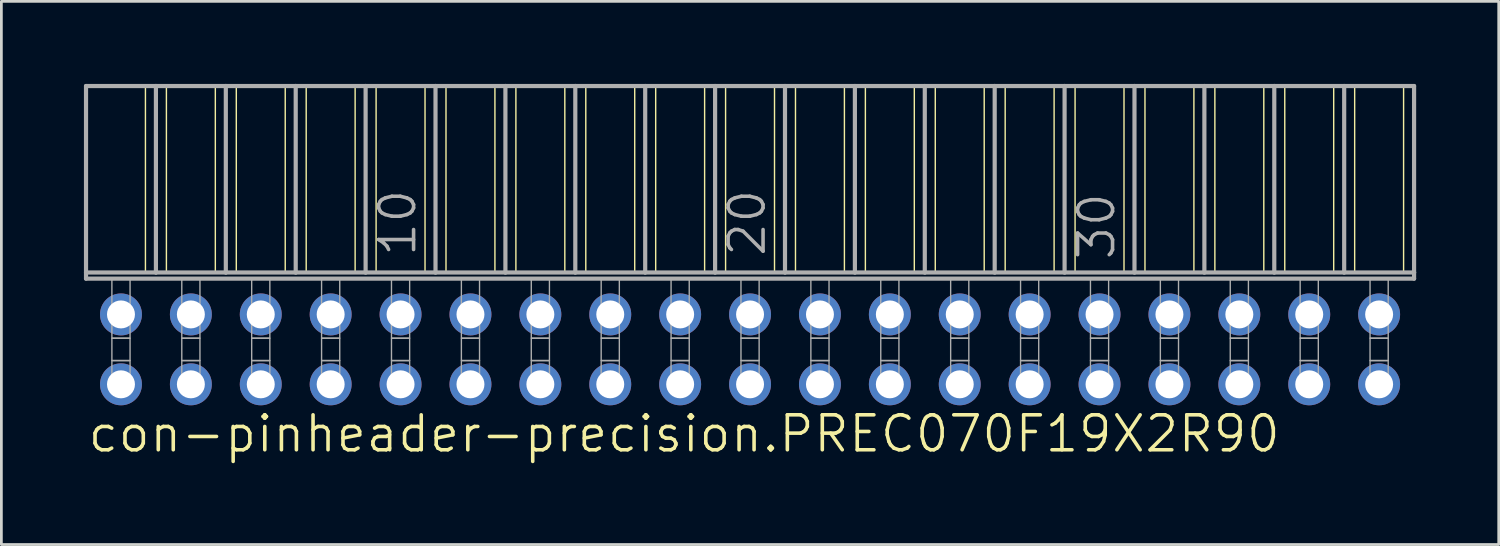
<source format=kicad_pcb>
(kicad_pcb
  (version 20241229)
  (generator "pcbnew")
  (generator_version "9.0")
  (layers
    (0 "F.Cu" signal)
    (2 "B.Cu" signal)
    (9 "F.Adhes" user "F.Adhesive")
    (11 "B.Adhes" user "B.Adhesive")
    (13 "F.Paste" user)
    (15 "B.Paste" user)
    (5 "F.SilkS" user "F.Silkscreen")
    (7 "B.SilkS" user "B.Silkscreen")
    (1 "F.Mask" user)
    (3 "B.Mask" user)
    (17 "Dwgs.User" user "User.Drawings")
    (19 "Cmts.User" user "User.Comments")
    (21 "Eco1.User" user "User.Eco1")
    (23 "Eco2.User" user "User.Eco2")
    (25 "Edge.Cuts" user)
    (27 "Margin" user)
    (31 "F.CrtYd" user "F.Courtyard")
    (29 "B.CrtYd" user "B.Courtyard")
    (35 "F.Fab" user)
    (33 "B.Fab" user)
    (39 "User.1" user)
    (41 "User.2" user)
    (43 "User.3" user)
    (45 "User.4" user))
  (footprint "con-pinheader-precision.PREC070F19X2R90"
    (layer "F.Cu")
    (at 24.206 9.646)
    (property "Reference" "con-pinheader-precision.PREC070F19X2R90" (at -24.13 3.81 0) (layer "F.SilkS") (effects (font (size 1.27 1.27) (thickness 0.13)) (justify left bottom)))
    (attr through_hole)
    (fp_line (start -21.971 -9.57) (end -21.971 -2.794) (stroke (width 0.051) (type default)) (layer "F.SilkS"))
    (fp_line (start -21.209 -9.57) (end -21.209 -2.794) (stroke (width 0.051) (type default)) (layer "F.SilkS"))
    (fp_line (start -19.431 -9.57) (end -19.431 -2.794) (stroke (width 0.051) (type default)) (layer "F.SilkS"))
    (fp_line (start -18.669 -9.57) (end -18.669 -2.794) (stroke (width 0.051) (type default)) (layer "F.SilkS"))
    (fp_line (start -16.891 -9.57) (end -16.891 -2.794) (stroke (width 0.051) (type default)) (layer "F.SilkS"))
    (fp_line (start -16.129 -9.57) (end -16.129 -2.794) (stroke (width 0.051) (type default)) (layer "F.SilkS"))
    (fp_line (start -14.351 -9.57) (end -14.351 -2.794) (stroke (width 0.051) (type default)) (layer "F.SilkS"))
    (fp_line (start -13.589 -9.57) (end -13.589 -2.794) (stroke (width 0.051) (type default)) (layer "F.SilkS"))
    (fp_line (start -11.811 -9.57) (end -11.811 -2.794) (stroke (width 0.051) (type default)) (layer "F.SilkS"))
    (fp_line (start -11.049 -9.57) (end -11.049 -2.794) (stroke (width 0.051) (type default)) (layer "F.SilkS"))
    (fp_line (start -9.271 -9.57) (end -9.271 -2.794) (stroke (width 0.051) (type default)) (layer "F.SilkS"))
    (fp_line (start -8.509 -9.57) (end -8.509 -2.794) (stroke (width 0.051) (type default)) (layer "F.SilkS"))
    (fp_line (start -6.731 -9.57) (end -6.731 -2.794) (stroke (width 0.051) (type default)) (layer "F.SilkS"))
    (fp_line (start -5.969 -9.57) (end -5.969 -2.794) (stroke (width 0.051) (type default)) (layer "F.SilkS"))
    (fp_line (start -4.191 -9.57) (end -4.191 -2.794) (stroke (width 0.051) (type default)) (layer "F.SilkS"))
    (fp_line (start -3.429 -9.57) (end -3.429 -2.794) (stroke (width 0.051) (type default)) (layer "F.SilkS"))
    (fp_line (start -1.651 -9.57) (end -1.651 -2.794) (stroke (width 0.051) (type default)) (layer "F.SilkS"))
    (fp_line (start -0.889 -9.57) (end -0.889 -2.794) (stroke (width 0.051) (type default)) (layer "F.SilkS"))
    (fp_line (start 0.889 -9.57) (end 0.889 -2.794) (stroke (width 0.051) (type default)) (layer "F.SilkS"))
    (fp_line (start 1.651 -9.57) (end 1.651 -2.794) (stroke (width 0.051) (type default)) (layer "F.SilkS"))
    (fp_line (start 3.429 -9.57) (end 3.429 -2.794) (stroke (width 0.051) (type default)) (layer "F.SilkS"))
    (fp_line (start 4.191 -9.57) (end 4.191 -2.794) (stroke (width 0.051) (type default)) (layer "F.SilkS"))
    (fp_line (start 5.969 -9.57) (end 5.969 -2.794) (stroke (width 0.051) (type default)) (layer "F.SilkS"))
    (fp_line (start 6.731 -9.57) (end 6.731 -2.794) (stroke (width 0.051) (type default)) (layer "F.SilkS"))
    (fp_line (start 8.509 -9.57) (end 8.509 -2.794) (stroke (width 0.051) (type default)) (layer "F.SilkS"))
    (fp_line (start 9.271 -9.57) (end 9.271 -2.794) (stroke (width 0.051) (type default)) (layer "F.SilkS"))
    (fp_line (start 11.049 -9.57) (end 11.049 -2.794) (stroke (width 0.051) (type default)) (layer "F.SilkS"))
    (fp_line (start 11.811 -9.57) (end 11.811 -2.794) (stroke (width 0.051) (type default)) (layer "F.SilkS"))
    (fp_line (start 13.589 -9.57) (end 13.589 -2.794) (stroke (width 0.051) (type default)) (layer "F.SilkS"))
    (fp_line (start 14.351 -9.57) (end 14.351 -2.794) (stroke (width 0.051) (type default)) (layer "F.SilkS"))
    (fp_line (start 16.129 -9.57) (end 16.129 -2.794) (stroke (width 0.051) (type default)) (layer "F.SilkS"))
    (fp_line (start 16.891 -9.57) (end 16.891 -2.794) (stroke (width 0.051) (type default)) (layer "F.SilkS"))
    (fp_line (start 18.669 -9.57) (end 18.669 -2.794) (stroke (width 0.051) (type default)) (layer "F.SilkS"))
    (fp_line (start 19.431 -9.57) (end 19.431 -2.794) (stroke (width 0.051) (type default)) (layer "F.SilkS"))
    (fp_line (start 21.209 -9.57) (end 21.209 -2.794) (stroke (width 0.051) (type default)) (layer "F.SilkS"))
    (fp_line (start 21.971 -9.57) (end 21.971 -2.794) (stroke (width 0.051) (type default)) (layer "F.SilkS"))
    (fp_line (start 23.749 -9.57) (end 23.749 -2.794) (stroke (width 0.051) (type default)) (layer "F.SilkS"))
    (fp_line (start -24.13 -9.57) (end -21.59 -9.57) (stroke (width 0.152) (type default)) (layer "F.Fab"))
    (fp_line (start -24.13 -2.794) (end -24.13 -9.57) (stroke (width 0.152) (type default)) (layer "F.Fab"))
    (fp_line (start -24.13 -2.57) (end -24.13 -2.794) (stroke (width 0.152) (type default)) (layer "F.Fab"))
    (fp_line (start -24.13 -2.57) (end 24.13 -2.57) (stroke (width 0.152) (type default)) (layer "F.Fab"))
    (fp_line (start -21.59 -9.57) (end -19.05 -9.57) (stroke (width 0.152) (type default)) (layer "F.Fab"))
    (fp_line (start -21.59 -2.794) (end -24.13 -2.794) (stroke (width 0.152) (type default)) (layer "F.Fab"))
    (fp_line (start -21.59 -2.794) (end -21.59 -9.57) (stroke (width 0.152) (type default)) (layer "F.Fab"))
    (fp_line (start -21.59 -2.794) (end -19.05 -2.794) (stroke (width 0.152) (type default)) (layer "F.Fab"))
    (fp_line (start -19.05 -9.57) (end -16.51 -9.57) (stroke (width 0.152) (type default)) (layer "F.Fab"))
    (fp_line (start -19.05 -2.794) (end -19.05 -9.57) (stroke (width 0.152) (type default)) (layer "F.Fab"))
    (fp_line (start -16.51 -9.57) (end -13.97 -9.57) (stroke (width 0.152) (type default)) (layer "F.Fab"))
    (fp_line (start -16.51 -2.794) (end -19.05 -2.794) (stroke (width 0.152) (type default)) (layer "F.Fab"))
    (fp_line (start -16.51 -2.794) (end -16.51 -9.57) (stroke (width 0.152) (type default)) (layer "F.Fab"))
    (fp_line (start -13.97 -9.57) (end -11.43 -9.57) (stroke (width 0.152) (type default)) (layer "F.Fab"))
    (fp_line (start -13.97 -2.794) (end -16.51 -2.794) (stroke (width 0.152) (type default)) (layer "F.Fab"))
    (fp_line (start -13.97 -2.794) (end -13.97 -9.57) (stroke (width 0.152) (type default)) (layer "F.Fab"))
    (fp_line (start -11.43 -9.57) (end -8.89 -9.57) (stroke (width 0.152) (type default)) (layer "F.Fab"))
    (fp_line (start -11.43 -2.794) (end -13.97 -2.794) (stroke (width 0.152) (type default)) (layer "F.Fab"))
    (fp_line (start -11.43 -2.794) (end -11.43 -9.57) (stroke (width 0.152) (type default)) (layer "F.Fab"))
    (fp_line (start -8.89 -9.57) (end -6.35 -9.57) (stroke (width 0.152) (type default)) (layer "F.Fab"))
    (fp_line (start -8.89 -2.794) (end -11.43 -2.794) (stroke (width 0.152) (type default)) (layer "F.Fab"))
    (fp_line (start -8.89 -2.794) (end -8.89 -9.57) (stroke (width 0.152) (type default)) (layer "F.Fab"))
    (fp_line (start -8.89 -2.794) (end -6.35 -2.794) (stroke (width 0.152) (type default)) (layer "F.Fab"))
    (fp_line (start -6.35 -9.57) (end -3.81 -9.57) (stroke (width 0.152) (type default)) (layer "F.Fab"))
    (fp_line (start -6.35 -2.794) (end -6.35 -9.57) (stroke (width 0.152) (type default)) (layer "F.Fab"))
    (fp_line (start -3.81 -9.57) (end -1.27 -9.57) (stroke (width 0.152) (type default)) (layer "F.Fab"))
    (fp_line (start -3.81 -2.794) (end -6.35 -2.794) (stroke (width 0.152) (type default)) (layer "F.Fab"))
    (fp_line (start -3.81 -2.794) (end -3.81 -9.57) (stroke (width 0.152) (type default)) (layer "F.Fab"))
    (fp_line (start -1.27 -9.57) (end 1.27 -9.57) (stroke (width 0.152) (type default)) (layer "F.Fab"))
    (fp_line (start -1.27 -2.794) (end -3.81 -2.794) (stroke (width 0.152) (type default)) (layer "F.Fab"))
    (fp_line (start -1.27 -2.794) (end -1.27 -9.57) (stroke (width 0.152) (type default)) (layer "F.Fab"))
    (fp_line (start 1.27 -9.57) (end 3.81 -9.57) (stroke (width 0.152) (type default)) (layer "F.Fab"))
    (fp_line (start 1.27 -2.794) (end -1.27 -2.794) (stroke (width 0.152) (type default)) (layer "F.Fab"))
    (fp_line (start 1.27 -2.794) (end 1.27 -9.57) (stroke (width 0.152) (type default)) (layer "F.Fab"))
    (fp_line (start 3.81 -9.57) (end 6.35 -9.57) (stroke (width 0.152) (type default)) (layer "F.Fab"))
    (fp_line (start 3.81 -2.794) (end 1.27 -2.794) (stroke (width 0.152) (type default)) (layer "F.Fab"))
    (fp_line (start 3.81 -2.794) (end 3.81 -9.57) (stroke (width 0.152) (type default)) (layer "F.Fab"))
    (fp_line (start 3.81 -2.794) (end 6.35 -2.794) (stroke (width 0.152) (type default)) (layer "F.Fab"))
    (fp_line (start 6.35 -9.57) (end 8.89 -9.57) (stroke (width 0.152) (type default)) (layer "F.Fab"))
    (fp_line (start 6.35 -2.794) (end 6.35 -9.57) (stroke (width 0.152) (type default)) (layer "F.Fab"))
    (fp_line (start 8.89 -9.57) (end 11.43 -9.57) (stroke (width 0.152) (type default)) (layer "F.Fab"))
    (fp_line (start 8.89 -2.794) (end 6.35 -2.794) (stroke (width 0.152) (type default)) (layer "F.Fab"))
    (fp_line (start 8.89 -2.794) (end 8.89 -9.57) (stroke (width 0.152) (type default)) (layer "F.Fab"))
    (fp_line (start 11.43 -9.57) (end 13.97 -9.57) (stroke (width 0.152) (type default)) (layer "F.Fab"))
    (fp_line (start 11.43 -2.794) (end 8.89 -2.794) (stroke (width 0.152) (type default)) (layer "F.Fab"))
    (fp_line (start 11.43 -2.794) (end 11.43 -9.57) (stroke (width 0.152) (type default)) (layer "F.Fab"))
    (fp_line (start 13.97 -9.57) (end 16.51 -9.57) (stroke (width 0.152) (type default)) (layer "F.Fab"))
    (fp_line (start 13.97 -2.794) (end 11.43 -2.794) (stroke (width 0.152) (type default)) (layer "F.Fab"))
    (fp_line (start 13.97 -2.794) (end 13.97 -9.57) (stroke (width 0.152) (type default)) (layer "F.Fab"))
    (fp_line (start 16.51 -9.57) (end 19.05 -9.57) (stroke (width 0.152) (type default)) (layer "F.Fab"))
    (fp_line (start 16.51 -2.794) (end 13.97 -2.794) (stroke (width 0.152) (type default)) (layer "F.Fab"))
    (fp_line (start 16.51 -2.794) (end 16.51 -9.57) (stroke (width 0.152) (type default)) (layer "F.Fab"))
    (fp_line (start 16.51 -2.794) (end 19.05 -2.794) (stroke (width 0.152) (type default)) (layer "F.Fab"))
    (fp_line (start 19.05 -9.57) (end 21.59 -9.57) (stroke (width 0.152) (type default)) (layer "F.Fab"))
    (fp_line (start 19.05 -2.794) (end 19.05 -9.57) (stroke (width 0.152) (type default)) (layer "F.Fab"))
    (fp_line (start 21.59 -9.57) (end 24.13 -9.57) (stroke (width 0.152) (type default)) (layer "F.Fab"))
    (fp_line (start 21.59 -2.794) (end 19.05 -2.794) (stroke (width 0.152) (type default)) (layer "F.Fab"))
    (fp_line (start 21.59 -2.794) (end 21.59 -9.57) (stroke (width 0.152) (type default)) (layer "F.Fab"))
    (fp_line (start 24.13 -2.794) (end 21.59 -2.794) (stroke (width 0.152) (type default)) (layer "F.Fab"))
    (fp_line (start 24.13 -2.794) (end 24.13 -9.57) (stroke (width 0.152) (type default)) (layer "F.Fab"))
    (fp_line (start 24.13 -2.57) (end 24.13 -2.794) (stroke (width 0.152) (type default)) (layer "F.Fab"))
    (fp_rect (start -23.19 -0.406) (end -22.53 -2.57) (stroke (width 0.05) (type default)) (fill no) (layer "F.Fab"))
    (fp_rect (start -23.19 0.406) (end -22.53 -0.406) (stroke (width 0.05) (type default)) (fill no) (layer "F.Fab"))
    (fp_rect (start -23.19 1.575) (end -22.53 0.406) (stroke (width 0.05) (type default)) (fill no) (layer "F.Fab"))
    (fp_rect (start -20.65 -0.406) (end -19.99 -2.57) (stroke (width 0.05) (type default)) (fill no) (layer "F.Fab"))
    (fp_rect (start -20.65 0.406) (end -19.99 -0.406) (stroke (width 0.05) (type default)) (fill no) (layer "F.Fab"))
    (fp_rect (start -20.65 1.575) (end -19.99 0.406) (stroke (width 0.05) (type default)) (fill no) (layer "F.Fab"))
    (fp_rect (start -18.11 -0.406) (end -17.45 -2.57) (stroke (width 0.05) (type default)) (fill no) (layer "F.Fab"))
    (fp_rect (start -18.11 0.406) (end -17.45 -0.406) (stroke (width 0.05) (type default)) (fill no) (layer "F.Fab"))
    (fp_rect (start -18.11 1.575) (end -17.45 0.406) (stroke (width 0.05) (type default)) (fill no) (layer "F.Fab"))
    (fp_rect (start -15.57 -0.406) (end -14.91 -2.57) (stroke (width 0.05) (type default)) (fill no) (layer "F.Fab"))
    (fp_rect (start -15.57 0.406) (end -14.91 -0.406) (stroke (width 0.05) (type default)) (fill no) (layer "F.Fab"))
    (fp_rect (start -15.57 1.575) (end -14.91 0.406) (stroke (width 0.05) (type default)) (fill no) (layer "F.Fab"))
    (fp_rect (start -13.03 -0.406) (end -12.37 -2.57) (stroke (width 0.05) (type default)) (fill no) (layer "F.Fab"))
    (fp_rect (start -13.03 0.406) (end -12.37 -0.406) (stroke (width 0.05) (type default)) (fill no) (layer "F.Fab"))
    (fp_rect (start -13.03 1.575) (end -12.37 0.406) (stroke (width 0.05) (type default)) (fill no) (layer "F.Fab"))
    (fp_rect (start -10.49 -0.406) (end -9.83 -2.57) (stroke (width 0.05) (type default)) (fill no) (layer "F.Fab"))
    (fp_rect (start -10.49 0.406) (end -9.83 -0.406) (stroke (width 0.05) (type default)) (fill no) (layer "F.Fab"))
    (fp_rect (start -10.49 1.575) (end -9.83 0.406) (stroke (width 0.05) (type default)) (fill no) (layer "F.Fab"))
    (fp_rect (start -7.95 -0.406) (end -7.29 -2.57) (stroke (width 0.05) (type default)) (fill no) (layer "F.Fab"))
    (fp_rect (start -7.95 0.406) (end -7.29 -0.406) (stroke (width 0.05) (type default)) (fill no) (layer "F.Fab"))
    (fp_rect (start -7.95 1.575) (end -7.29 0.406) (stroke (width 0.05) (type default)) (fill no) (layer "F.Fab"))
    (fp_rect (start -5.41 -0.406) (end -4.75 -2.57) (stroke (width 0.05) (type default)) (fill no) (layer "F.Fab"))
    (fp_rect (start -5.41 0.406) (end -4.75 -0.406) (stroke (width 0.05) (type default)) (fill no) (layer "F.Fab"))
    (fp_rect (start -5.41 1.575) (end -4.75 0.406) (stroke (width 0.05) (type default)) (fill no) (layer "F.Fab"))
    (fp_rect (start -2.87 -0.406) (end -2.21 -2.57) (stroke (width 0.05) (type default)) (fill no) (layer "F.Fab"))
    (fp_rect (start -2.87 0.406) (end -2.21 -0.406) (stroke (width 0.05) (type default)) (fill no) (layer "F.Fab"))
    (fp_rect (start -2.87 1.575) (end -2.21 0.406) (stroke (width 0.05) (type default)) (fill no) (layer "F.Fab"))
    (fp_rect (start -0.33 -0.406) (end 0.33 -2.57) (stroke (width 0.05) (type default)) (fill no) (layer "F.Fab"))
    (fp_rect (start -0.33 0.406) (end 0.33 -0.406) (stroke (width 0.05) (type default)) (fill no) (layer "F.Fab"))
    (fp_rect (start -0.33 1.575) (end 0.33 0.406) (stroke (width 0.05) (type default)) (fill no) (layer "F.Fab"))
    (fp_rect (start 2.21 -0.406) (end 2.87 -2.57) (stroke (width 0.05) (type default)) (fill no) (layer "F.Fab"))
    (fp_rect (start 2.21 0.406) (end 2.87 -0.406) (stroke (width 0.05) (type default)) (fill no) (layer "F.Fab"))
    (fp_rect (start 2.21 1.575) (end 2.87 0.406) (stroke (width 0.05) (type default)) (fill no) (layer "F.Fab"))
    (fp_rect (start 4.75 -0.406) (end 5.41 -2.57) (stroke (width 0.05) (type default)) (fill no) (layer "F.Fab"))
    (fp_rect (start 4.75 0.406) (end 5.41 -0.406) (stroke (width 0.05) (type default)) (fill no) (layer "F.Fab"))
    (fp_rect (start 4.75 1.575) (end 5.41 0.406) (stroke (width 0.05) (type default)) (fill no) (layer "F.Fab"))
    (fp_rect (start 7.29 -0.406) (end 7.95 -2.57) (stroke (width 0.05) (type default)) (fill no) (layer "F.Fab"))
    (fp_rect (start 7.29 0.406) (end 7.95 -0.406) (stroke (width 0.05) (type default)) (fill no) (layer "F.Fab"))
    (fp_rect (start 7.29 1.575) (end 7.95 0.406) (stroke (width 0.05) (type default)) (fill no) (layer "F.Fab"))
    (fp_rect (start 9.83 -0.406) (end 10.49 -2.57) (stroke (width 0.05) (type default)) (fill no) (layer "F.Fab"))
    (fp_rect (start 9.83 0.406) (end 10.49 -0.406) (stroke (width 0.05) (type default)) (fill no) (layer "F.Fab"))
    (fp_rect (start 9.83 1.575) (end 10.49 0.406) (stroke (width 0.05) (type default)) (fill no) (layer "F.Fab"))
    (fp_rect (start 12.37 -0.406) (end 13.03 -2.57) (stroke (width 0.05) (type default)) (fill no) (layer "F.Fab"))
    (fp_rect (start 12.37 0.406) (end 13.03 -0.406) (stroke (width 0.05) (type default)) (fill no) (layer "F.Fab"))
    (fp_rect (start 12.37 1.575) (end 13.03 0.406) (stroke (width 0.05) (type default)) (fill no) (layer "F.Fab"))
    (fp_rect (start 14.91 -0.406) (end 15.57 -2.57) (stroke (width 0.05) (type default)) (fill no) (layer "F.Fab"))
    (fp_rect (start 14.91 0.406) (end 15.57 -0.406) (stroke (width 0.05) (type default)) (fill no) (layer "F.Fab"))
    (fp_rect (start 14.91 1.575) (end 15.57 0.406) (stroke (width 0.05) (type default)) (fill no) (layer "F.Fab"))
    (fp_rect (start 17.45 -0.406) (end 18.11 -2.57) (stroke (width 0.05) (type default)) (fill no) (layer "F.Fab"))
    (fp_rect (start 17.45 0.406) (end 18.11 -0.406) (stroke (width 0.05) (type default)) (fill no) (layer "F.Fab"))
    (fp_rect (start 17.45 1.575) (end 18.11 0.406) (stroke (width 0.05) (type default)) (fill no) (layer "F.Fab"))
    (fp_rect (start 19.99 -0.406) (end 20.65 -2.57) (stroke (width 0.05) (type default)) (fill no) (layer "F.Fab"))
    (fp_rect (start 19.99 0.406) (end 20.65 -0.406) (stroke (width 0.05) (type default)) (fill no) (layer "F.Fab"))
    (fp_rect (start 19.99 1.575) (end 20.65 0.406) (stroke (width 0.05) (type default)) (fill no) (layer "F.Fab"))
    (fp_rect (start 22.53 -0.406) (end 23.19 -2.57) (stroke (width 0.05) (type default)) (fill no) (layer "F.Fab"))
    (fp_rect (start 22.53 0.406) (end 23.19 -0.406) (stroke (width 0.05) (type default)) (fill no) (layer "F.Fab"))
    (fp_rect (start 22.53 1.575) (end 23.19 0.406) (stroke (width 0.05) (type default)) (fill no) (layer "F.Fab"))
    (fp_text user "10" (at -12.065 -3.302 90) (layer "F.Fab") (effects (font (size 1.27 1.27) (thickness 0.13)) (justify left bottom)))
    (fp_text user "20" (at 0.635 -3.302 90) (layer "F.Fab") (effects (font (size 1.27 1.27) (thickness 0.13)) (justify left bottom)))
    (fp_text user "30" (at 13.335 -3.175 90) (layer "F.Fab") (effects (font (size 1.27 1.27) (thickness 0.13)) (justify left bottom)))
    (pad "1" thru_hole circle (at -22.86 -1.27 180) (size 1.524 1.524) (drill 1.016) (layers "*.Cu" "*.Mask"))
    (pad "2" thru_hole circle (at -22.86 1.27 180) (size 1.524 1.524) (drill 1.016) (layers "*.Cu" "*.Mask"))
    (pad "3" thru_hole circle (at -20.32 -1.27 180) (size 1.524 1.524) (drill 1.016) (layers "*.Cu" "*.Mask"))
    (pad "4" thru_hole circle (at -20.32 1.27 180) (size 1.524 1.524) (drill 1.016) (layers "*.Cu" "*.Mask"))
    (pad "5" thru_hole circle (at -17.78 -1.27 180) (size 1.524 1.524) (drill 1.016) (layers "*.Cu" "*.Mask"))
    (pad "6" thru_hole circle (at -17.78 1.27 180) (size 1.524 1.524) (drill 1.016) (layers "*.Cu" "*.Mask"))
    (pad "7" thru_hole circle (at -15.24 -1.27 180) (size 1.524 1.524) (drill 1.016) (layers "*.Cu" "*.Mask"))
    (pad "8" thru_hole circle (at -15.24 1.27 180) (size 1.524 1.524) (drill 1.016) (layers "*.Cu" "*.Mask"))
    (pad "9" thru_hole circle (at -12.7 -1.27 180) (size 1.524 1.524) (drill 1.016) (layers "*.Cu" "*.Mask"))
    (pad "10" thru_hole circle (at -12.7 1.27 180) (size 1.524 1.524) (drill 1.016) (layers "*.Cu" "*.Mask"))
    (pad "11" thru_hole circle (at -10.16 -1.27 180) (size 1.524 1.524) (drill 1.016) (layers "*.Cu" "*.Mask"))
    (pad "12" thru_hole circle (at -10.16 1.27 180) (size 1.524 1.524) (drill 1.016) (layers "*.Cu" "*.Mask"))
    (pad "13" thru_hole circle (at -7.62 -1.27 180) (size 1.524 1.524) (drill 1.016) (layers "*.Cu" "*.Mask"))
    (pad "14" thru_hole circle (at -7.62 1.27 180) (size 1.524 1.524) (drill 1.016) (layers "*.Cu" "*.Mask"))
    (pad "15" thru_hole circle (at -5.08 -1.27 180) (size 1.524 1.524) (drill 1.016) (layers "*.Cu" "*.Mask"))
    (pad "16" thru_hole circle (at -5.08 1.27 180) (size 1.524 1.524) (drill 1.016) (layers "*.Cu" "*.Mask"))
    (pad "17" thru_hole circle (at -2.54 -1.27 180) (size 1.524 1.524) (drill 1.016) (layers "*.Cu" "*.Mask"))
    (pad "18" thru_hole circle (at -2.54 1.27 180) (size 1.524 1.524) (drill 1.016) (layers "*.Cu" "*.Mask"))
    (pad "19" thru_hole circle (at 0 -1.27 180) (size 1.524 1.524) (drill 1.016) (layers "*.Cu" "*.Mask"))
    (pad "20" thru_hole circle (at 0 1.27 180) (size 1.524 1.524) (drill 1.016) (layers "*.Cu" "*.Mask"))
    (pad "21" thru_hole circle (at 2.54 -1.27 180) (size 1.524 1.524) (drill 1.016) (layers "*.Cu" "*.Mask"))
    (pad "22" thru_hole circle (at 2.54 1.27 180) (size 1.524 1.524) (drill 1.016) (layers "*.Cu" "*.Mask"))
    (pad "23" thru_hole circle (at 5.08 -1.27 180) (size 1.524 1.524) (drill 1.016) (layers "*.Cu" "*.Mask"))
    (pad "24" thru_hole circle (at 5.08 1.27 180) (size 1.524 1.524) (drill 1.016) (layers "*.Cu" "*.Mask"))
    (pad "25" thru_hole circle (at 7.62 -1.27 180) (size 1.524 1.524) (drill 1.016) (layers "*.Cu" "*.Mask"))
    (pad "26" thru_hole circle (at 7.62 1.27 180) (size 1.524 1.524) (drill 1.016) (layers "*.Cu" "*.Mask"))
    (pad "27" thru_hole circle (at 10.16 -1.27 180) (size 1.524 1.524) (drill 1.016) (layers "*.Cu" "*.Mask"))
    (pad "28" thru_hole circle (at 10.16 1.27 180) (size 1.524 1.524) (drill 1.016) (layers "*.Cu" "*.Mask"))
    (pad "29" thru_hole circle (at 12.7 -1.27 180) (size 1.524 1.524) (drill 1.016) (layers "*.Cu" "*.Mask"))
    (pad "30" thru_hole circle (at 12.7 1.27 180) (size 1.524 1.524) (drill 1.016) (layers "*.Cu" "*.Mask"))
    (pad "31" thru_hole circle (at 15.24 -1.27 180) (size 1.524 1.524) (drill 1.016) (layers "*.Cu" "*.Mask"))
    (pad "32" thru_hole circle (at 15.24 1.27 180) (size 1.524 1.524) (drill 1.016) (layers "*.Cu" "*.Mask"))
    (pad "33" thru_hole circle (at 17.78 -1.27 180) (size 1.524 1.524) (drill 1.016) (layers "*.Cu" "*.Mask"))
    (pad "34" thru_hole circle (at 17.78 1.27 180) (size 1.524 1.524) (drill 1.016) (layers "*.Cu" "*.Mask"))
    (pad "35" thru_hole circle (at 20.32 -1.27 180) (size 1.524 1.524) (drill 1.016) (layers "*.Cu" "*.Mask"))
    (pad "36" thru_hole circle (at 20.32 1.27 180) (size 1.524 1.524) (drill 1.016) (layers "*.Cu" "*.Mask"))
    (pad "37" thru_hole circle (at 22.86 -1.27 180) (size 1.524 1.524) (drill 1.016) (layers "*.Cu" "*.Mask"))
    (pad "38" thru_hole circle (at 22.86 1.27 180) (size 1.524 1.524) (drill 1.016) (layers "*.Cu" "*.Mask")))
  (gr_rect
    (start -3 -3)
    (end 51.412 16.738)
    (stroke (width 0.1) (type default))
    (fill no)
    (layer "Edge.Cuts")))
</source>
